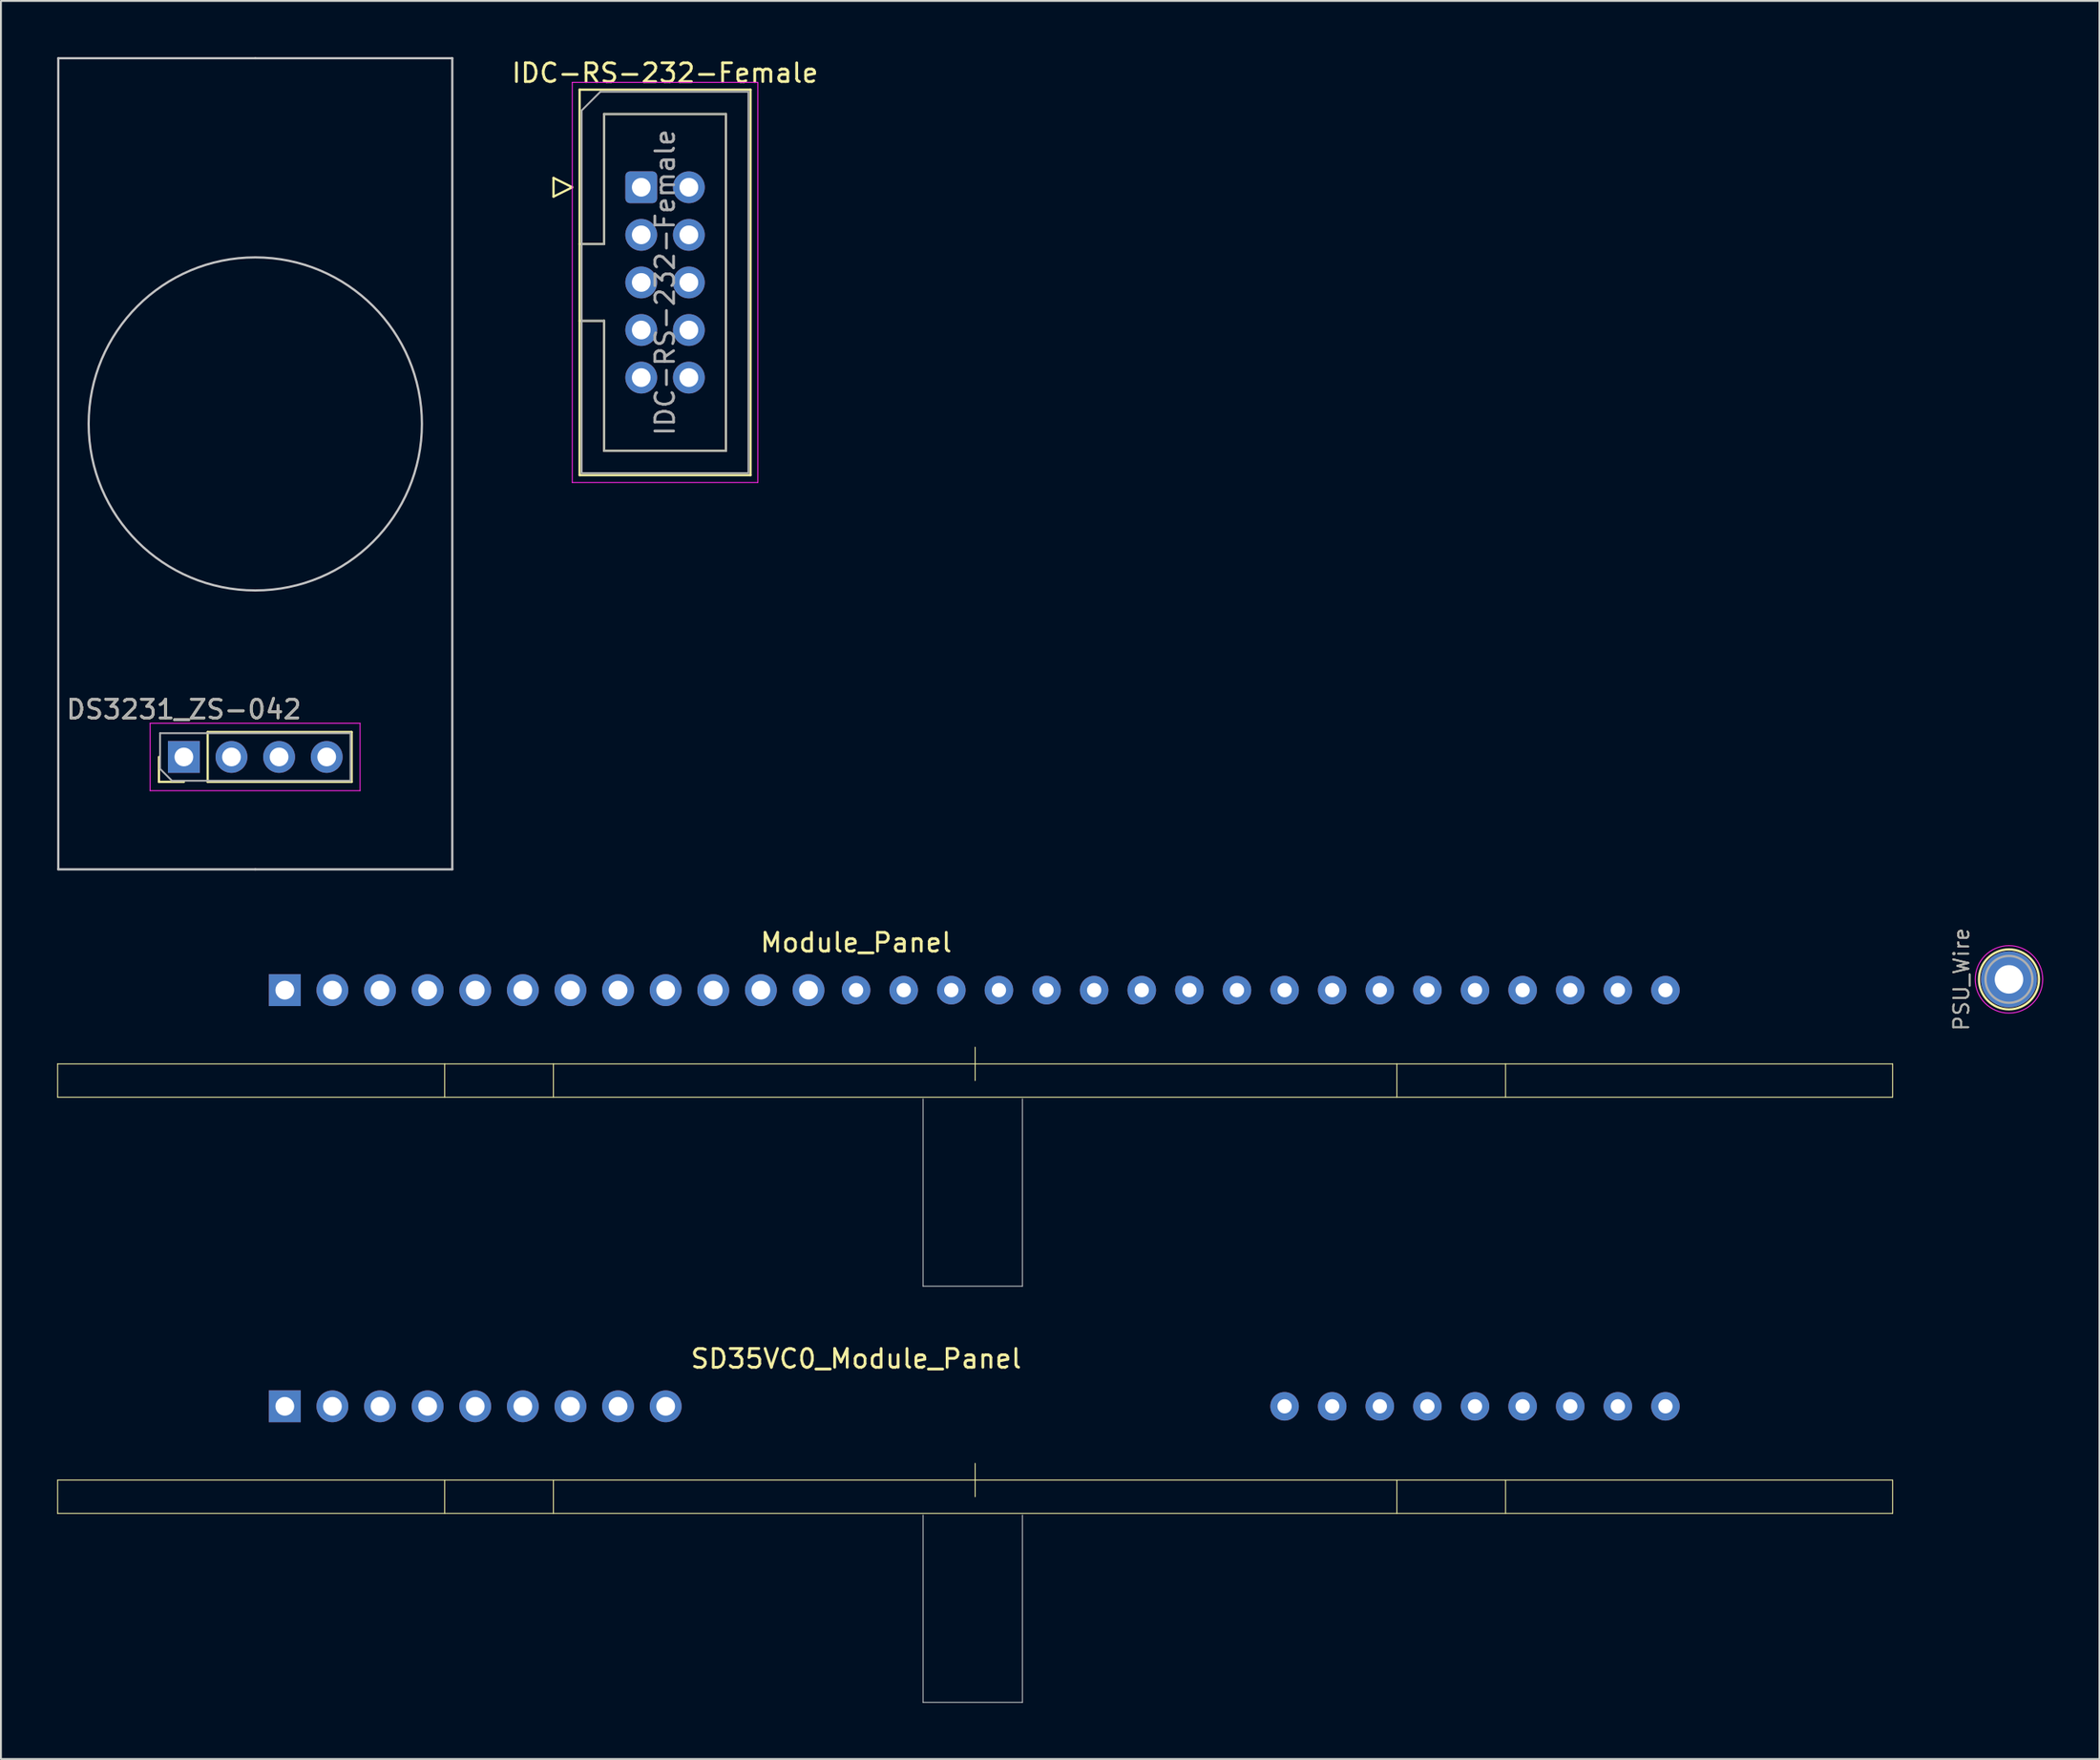
<source format=kicad_pcb>
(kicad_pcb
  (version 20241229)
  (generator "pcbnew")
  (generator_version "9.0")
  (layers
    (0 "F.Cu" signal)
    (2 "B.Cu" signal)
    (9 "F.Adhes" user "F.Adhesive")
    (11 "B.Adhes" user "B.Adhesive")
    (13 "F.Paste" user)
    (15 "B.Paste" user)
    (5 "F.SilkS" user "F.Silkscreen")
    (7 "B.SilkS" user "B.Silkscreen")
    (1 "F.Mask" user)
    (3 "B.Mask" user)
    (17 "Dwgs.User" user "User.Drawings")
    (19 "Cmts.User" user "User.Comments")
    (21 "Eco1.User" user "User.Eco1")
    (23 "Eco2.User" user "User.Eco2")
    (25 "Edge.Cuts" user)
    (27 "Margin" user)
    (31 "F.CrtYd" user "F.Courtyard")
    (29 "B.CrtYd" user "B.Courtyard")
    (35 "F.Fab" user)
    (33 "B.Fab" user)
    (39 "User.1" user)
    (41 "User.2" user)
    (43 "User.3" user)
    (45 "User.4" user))
  (footprint "SD35VC0_Module_Panel"
    (layer "F.Cu")
    (at 48.975 72.025)
    (property "Reference" "SD35VC0_Module_Panel" (at -6.35 -2.54 0) (layer "F.SilkS") (effects (font (size 1 1) (thickness 0.15))))
    (attr through_hole)
    (fp_line (start -48.95 3.937) (end -48.95 5.715) (stroke (width 0.05) (type solid)) (layer "F.SilkS"))
    (fp_line (start -48.95 3.937) (end 48.95 3.937) (stroke (width 0.05) (type solid)) (layer "F.SilkS"))
    (fp_line (start -48.95 5.715) (end 48.95 5.715) (stroke (width 0.05) (type solid)) (layer "F.SilkS"))
    (fp_line (start -28.3 3.937) (end -28.3 5.715) (stroke (width 0.05) (type solid)) (layer "F.SilkS"))
    (fp_line (start -22.5 3.937) (end -22.5 5.715) (stroke (width 0.05) (type solid)) (layer "F.SilkS"))
    (fp_line (start 0 3.048) (end 0 4.826) (stroke (width 0.05) (type solid)) (layer "F.SilkS"))
    (fp_line (start 22.5 5.715) (end 22.5 3.937) (stroke (width 0.05) (type solid)) (layer "F.SilkS"))
    (fp_line (start 28.3 5.715) (end 28.3 3.937) (stroke (width 0.05) (type solid)) (layer "F.SilkS"))
    (fp_line (start 48.95 3.937) (end 48.95 5.715) (stroke (width 0.05) (type solid)) (layer "F.SilkS"))
    (fp_line (start -2.777 15.804) (end -2.777 5.804) (stroke (width 0.05) (type solid)) (layer "Dwgs.User"))
    (fp_line (start -2.777 15.804) (end 2.523 15.804) (stroke (width 0.05) (type solid)) (layer "Dwgs.User"))
    (fp_line (start 2.523 15.804) (end 2.523 5.804) (stroke (width 0.05) (type solid)) (layer "Dwgs.User"))
    (pad "1" thru_hole rect (at -36.83 0) (size 1.7 1.7) (drill 1) (layers "*.Cu" "*.Mask"))
    (pad "2" thru_hole oval (at -34.29 0) (size 1.7 1.7) (drill 1) (layers "*.Cu" "*.Mask"))
    (pad "3" thru_hole oval (at -31.75 0) (size 1.7 1.7) (drill 1) (layers "*.Cu" "*.Mask"))
    (pad "4" thru_hole oval (at -29.21 0) (size 1.7 1.7) (drill 1) (layers "*.Cu" "*.Mask"))
    (pad "5" thru_hole oval (at -26.67 0) (size 1.7 1.7) (drill 1) (layers "*.Cu" "*.Mask"))
    (pad "6" thru_hole oval (at -24.13 0) (size 1.7 1.7) (drill 1) (layers "*.Cu" "*.Mask"))
    (pad "7" thru_hole oval (at -21.59 0) (size 1.7 1.7) (drill 1) (layers "*.Cu" "*.Mask"))
    (pad "8" thru_hole oval (at -19.05 0) (size 1.7 1.7) (drill 1) (layers "*.Cu" "*.Mask"))
    (pad "9" thru_hole oval (at -16.51 0) (size 1.7 1.7) (drill 1) (layers "*.Cu" "*.Mask"))
    (pad "22" thru_hole circle (at 16.51 0) (size 1.524 1.524) (drill 0.762) (layers "*.Cu" "*.Mask"))
    (pad "23" thru_hole circle (at 19.05 0) (size 1.524 1.524) (drill 0.762) (layers "*.Cu" "*.Mask"))
    (pad "24" thru_hole circle (at 21.59 0) (size 1.524 1.524) (drill 0.762) (layers "*.Cu" "*.Mask"))
    (pad "25" thru_hole circle (at 24.13 0) (size 1.524 1.524) (drill 0.762) (layers "*.Cu" "*.Mask"))
    (pad "26" thru_hole circle (at 26.67 0) (size 1.524 1.524) (drill 0.762) (layers "*.Cu" "*.Mask"))
    (pad "27" thru_hole circle (at 29.21 0) (size 1.524 1.524) (drill 0.762) (layers "*.Cu" "*.Mask"))
    (pad "28" thru_hole circle (at 31.75 0) (size 1.524 1.524) (drill 0.762) (layers "*.Cu" "*.Mask"))
    (pad "29" thru_hole circle (at 34.29 0) (size 1.524 1.524) (drill 0.762) (layers "*.Cu" "*.Mask"))
    (pad "30" thru_hole circle (at 36.83 0) (size 1.524 1.524) (drill 0.762) (layers "*.Cu" "*.Mask")))
  (footprint "DS3231_ZS-042"
    (layer "F.Cu")
    (at 6.76 37.36)
    (property "Reference" "DS3231_ZS-042" (at 0 -2.54 180) (layer "F.SilkS") (effects (font (size 1 1) (thickness 0.15))))
    (attr through_hole)
    (fp_line (start -1.33 1.33) (end -1.33 0) (stroke (width 0.12) (type solid)) (layer "F.SilkS"))
    (fp_line (start 0 1.33) (end -1.33 1.33) (stroke (width 0.12) (type solid)) (layer "F.SilkS"))
    (fp_line (start 1.27 -1.33) (end 8.95 -1.33) (stroke (width 0.12) (type solid)) (layer "F.SilkS"))
    (fp_line (start 1.27 1.33) (end 1.27 -1.33) (stroke (width 0.12) (type solid)) (layer "F.SilkS"))
    (fp_line (start 1.27 1.33) (end 8.95 1.33) (stroke (width 0.12) (type solid)) (layer "F.SilkS"))
    (fp_line (start 8.95 1.33) (end 8.95 -1.33) (stroke (width 0.12) (type solid)) (layer "F.SilkS"))
    (fp_line (start -6.7 -37.3) (end 3.81 -37.3) (stroke (width 0.12) (type solid)) (layer "Dwgs.User"))
    (fp_line (start -6.7 6) (end -6.7 -37.3) (stroke (width 0.12) (type solid)) (layer "Dwgs.User"))
    (fp_line (start -6.7 6) (end 3.81 6) (stroke (width 0.12) (type solid)) (layer "Dwgs.User"))
    (fp_line (start 14.32 -37.3) (end 3.81 -37.3) (stroke (width 0.12) (type solid)) (layer "Dwgs.User"))
    (fp_line (start 14.32 6) (end 3.81 6) (stroke (width 0.12) (type solid)) (layer "Dwgs.User"))
    (fp_line (start 14.32 6) (end 14.32 -37.3) (stroke (width 0.12) (type solid)) (layer "Dwgs.User"))
    (fp_circle (center 3.81 -17.78) (end 3.81 -26.67) (stroke (width 0.12) (type solid)) (fill no) (layer "Dwgs.User"))
    (fp_line (start -1.8 -1.8) (end -1.8 1.8) (stroke (width 0.05) (type solid)) (layer "F.CrtYd"))
    (fp_line (start -1.8 1.8) (end 9.4 1.8) (stroke (width 0.05) (type solid)) (layer "F.CrtYd"))
    (fp_line (start 9.4 -1.8) (end -1.8 -1.8) (stroke (width 0.05) (type solid)) (layer "F.CrtYd"))
    (fp_line (start 9.4 1.8) (end 9.4 -1.8) (stroke (width 0.05) (type solid)) (layer "F.CrtYd"))
    (fp_line (start -1.27 -1.27) (end 8.89 -1.27) (stroke (width 0.1) (type solid)) (layer "F.Fab"))
    (fp_line (start -1.27 0.635) (end -1.27 -1.27) (stroke (width 0.1) (type solid)) (layer "F.Fab"))
    (fp_line (start -0.635 1.27) (end -1.27 0.635) (stroke (width 0.1) (type solid)) (layer "F.Fab"))
    (fp_line (start 8.89 -1.27) (end 8.89 1.27) (stroke (width 0.1) (type solid)) (layer "F.Fab"))
    (fp_line (start 8.89 1.27) (end -0.635 1.27) (stroke (width 0.1) (type solid)) (layer "F.Fab"))
    (fp_text user "${REFERENCE}" (at 0 -2.54 0) (layer "F.Fab") (effects (font (size 1 1) (thickness 0.15))))
    (pad "1" thru_hole rect (at 0 0 90) (size 1.7 1.7) (drill 1) (layers "*.Cu" "*.Mask"))
    (pad "2" thru_hole oval (at 2.54 0 90) (size 1.7 1.7) (drill 1) (layers "*.Cu" "*.Mask"))
    (pad "3" thru_hole oval (at 5.08 0 90) (size 1.7 1.7) (drill 1) (layers "*.Cu" "*.Mask"))
    (pad "4" thru_hole oval (at 7.62 0 90) (size 1.7 1.7) (drill 1) (layers "*.Cu" "*.Mask")))
  (footprint "PSU_Wire"
    (layer "F.Cu")
    (at 104.133 49.233)
    (property "Reference" "PSU_Wire" (at -2.54 0 90) (layer "F.SilkS") (effects (font (size 0.8 0.8) (thickness 0.1))))
    (attr through_hole)
    (fp_circle (center 0 0) (end 1.6 0.05) (stroke (width 0.12) (type solid)) (fill no) (layer "F.SilkS"))
    (fp_circle (center 0 0) (end 1.8 0) (stroke (width 0.05) (type solid)) (fill no) (layer "F.CrtYd"))
    (fp_circle (center 0 0) (end 0.65 -0.05) (stroke (width 0.12) (type solid)) (fill no) (layer "F.Fab"))
    (fp_circle (center 0 0) (end 1.25 -0.05) (stroke (width 0.12) (type solid)) (fill no) (layer "F.Fab"))
    (fp_text user "${REFERENCE}" (at -2.54 0 90) (layer "F.Fab") (effects (font (size 0.8 0.8) (thickness 0.1))))
    (pad "1" thru_hole circle (at 0 0) (size 3 3) (drill 1.52) (layers "*.Cu" "*.Mask")))
  (footprint "Module_Panel"
    (layer "F.Cu")
    (at 48.975 49.808)
    (property "Reference" "Module_Panel" (at -6.35 -2.54 0) (layer "F.SilkS") (effects (font (size 1 1) (thickness 0.15))))
    (attr through_hole)
    (fp_line (start -48.95 3.937) (end -48.95 5.715) (stroke (width 0.05) (type solid)) (layer "F.SilkS"))
    (fp_line (start -48.95 3.937) (end 48.95 3.937) (stroke (width 0.05) (type solid)) (layer "F.SilkS"))
    (fp_line (start -48.95 5.715) (end 48.95 5.715) (stroke (width 0.05) (type solid)) (layer "F.SilkS"))
    (fp_line (start -28.3 3.937) (end -28.3 5.715) (stroke (width 0.05) (type solid)) (layer "F.SilkS"))
    (fp_line (start -22.5 3.937) (end -22.5 5.715) (stroke (width 0.05) (type solid)) (layer "F.SilkS"))
    (fp_line (start 0 3.048) (end 0 4.826) (stroke (width 0.05) (type solid)) (layer "F.SilkS"))
    (fp_line (start 22.5 5.715) (end 22.5 3.937) (stroke (width 0.05) (type solid)) (layer "F.SilkS"))
    (fp_line (start 28.3 5.715) (end 28.3 3.937) (stroke (width 0.05) (type solid)) (layer "F.SilkS"))
    (fp_line (start 48.95 3.937) (end 48.95 5.715) (stroke (width 0.05) (type solid)) (layer "F.SilkS"))
    (fp_line (start -2.777 15.804) (end -2.777 5.804) (stroke (width 0.05) (type solid)) (layer "Dwgs.User"))
    (fp_line (start -2.777 15.804) (end 2.523 15.804) (stroke (width 0.05) (type solid)) (layer "Dwgs.User"))
    (fp_line (start 2.523 15.804) (end 2.523 5.804) (stroke (width 0.05) (type solid)) (layer "Dwgs.User"))
    (pad "1" thru_hole rect (at -36.83 0) (size 1.7 1.7) (drill 1) (layers "*.Cu" "*.Mask"))
    (pad "2" thru_hole oval (at -34.29 0) (size 1.7 1.7) (drill 1) (layers "*.Cu" "*.Mask"))
    (pad "3" thru_hole oval (at -31.75 0) (size 1.7 1.7) (drill 1) (layers "*.Cu" "*.Mask"))
    (pad "4" thru_hole oval (at -29.21 0) (size 1.7 1.7) (drill 1) (layers "*.Cu" "*.Mask"))
    (pad "5" thru_hole oval (at -26.67 0) (size 1.7 1.7) (drill 1) (layers "*.Cu" "*.Mask"))
    (pad "6" thru_hole oval (at -24.13 0) (size 1.7 1.7) (drill 1) (layers "*.Cu" "*.Mask"))
    (pad "7" thru_hole oval (at -21.59 0) (size 1.7 1.7) (drill 1) (layers "*.Cu" "*.Mask"))
    (pad "8" thru_hole oval (at -19.05 0) (size 1.7 1.7) (drill 1) (layers "*.Cu" "*.Mask"))
    (pad "9" thru_hole oval (at -16.51 0) (size 1.7 1.7) (drill 1) (layers "*.Cu" "*.Mask"))
    (pad "10" thru_hole oval (at -13.97 0) (size 1.7 1.7) (drill 1) (layers "*.Cu" "*.Mask"))
    (pad "11" thru_hole oval (at -11.43 0) (size 1.7 1.7) (drill 1) (layers "*.Cu" "*.Mask"))
    (pad "12" thru_hole oval (at -8.89 0) (size 1.7 1.7) (drill 1) (layers "*.Cu" "*.Mask"))
    (pad "13" thru_hole circle (at -6.35 0) (size 1.524 1.524) (drill 0.762) (layers "*.Cu" "*.Mask"))
    (pad "14" thru_hole circle (at -3.81 0) (size 1.524 1.524) (drill 0.762) (layers "*.Cu" "*.Mask"))
    (pad "15" thru_hole circle (at -1.27 0) (size 1.524 1.524) (drill 0.762) (layers "*.Cu" "*.Mask"))
    (pad "16" thru_hole circle (at 1.27 0) (size 1.524 1.524) (drill 0.762) (layers "*.Cu" "*.Mask"))
    (pad "17" thru_hole circle (at 3.81 0) (size 1.524 1.524) (drill 0.762) (layers "*.Cu" "*.Mask"))
    (pad "18" thru_hole circle (at 6.35 0) (size 1.524 1.524) (drill 0.762) (layers "*.Cu" "*.Mask"))
    (pad "19" thru_hole circle (at 8.89 0) (size 1.524 1.524) (drill 0.762) (layers "*.Cu" "*.Mask"))
    (pad "20" thru_hole circle (at 11.43 0) (size 1.524 1.524) (drill 0.762) (layers "*.Cu" "*.Mask"))
    (pad "21" thru_hole circle (at 13.97 0) (size 1.524 1.524) (drill 0.762) (layers "*.Cu" "*.Mask"))
    (pad "22" thru_hole circle (at 16.51 0) (size 1.524 1.524) (drill 0.762) (layers "*.Cu" "*.Mask"))
    (pad "23" thru_hole circle (at 19.05 0) (size 1.524 1.524) (drill 0.762) (layers "*.Cu" "*.Mask"))
    (pad "24" thru_hole circle (at 21.59 0) (size 1.524 1.524) (drill 0.762) (layers "*.Cu" "*.Mask"))
    (pad "25" thru_hole circle (at 24.13 0) (size 1.524 1.524) (drill 0.762) (layers "*.Cu" "*.Mask"))
    (pad "26" thru_hole circle (at 26.67 0) (size 1.524 1.524) (drill 0.762) (layers "*.Cu" "*.Mask"))
    (pad "27" thru_hole circle (at 29.21 0) (size 1.524 1.524) (drill 0.762) (layers "*.Cu" "*.Mask"))
    (pad "28" thru_hole circle (at 31.75 0) (size 1.524 1.524) (drill 0.762) (layers "*.Cu" "*.Mask"))
    (pad "29" thru_hole circle (at 34.29 0) (size 1.524 1.524) (drill 0.762) (layers "*.Cu" "*.Mask"))
    (pad "30" thru_hole circle (at 36.83 0) (size 1.524 1.524) (drill 0.762) (layers "*.Cu" "*.Mask")))
  (footprint "IDC-RS-232-Female"
    (layer "F.Cu")
    (at 31.162 6.948)
    (property "Reference" "IDC-RS-232-Female" (at 1.27 -6.1 0) (layer "F.SilkS") (effects (font (size 1 1) (thickness 0.15))))
    (attr through_hole)
    (fp_line (start -4.68 -0.5) (end -4.68 0.5) (stroke (width 0.12) (type solid)) (layer "F.SilkS"))
    (fp_line (start -4.68 0.5) (end -3.68 0) (stroke (width 0.12) (type solid)) (layer "F.SilkS"))
    (fp_line (start -3.68 0) (end -4.68 -0.5) (stroke (width 0.12) (type solid)) (layer "F.SilkS"))
    (fp_line (start -3.29 -5.21) (end 5.83 -5.21) (stroke (width 0.12) (type solid)) (layer "F.SilkS"))
    (fp_line (start -3.29 3.03) (end -1.98 3.03) (stroke (width 0.12) (type solid)) (layer "F.SilkS"))
    (fp_line (start -3.29 15.37) (end -3.29 -5.21) (stroke (width 0.12) (type solid)) (layer "F.SilkS"))
    (fp_line (start -1.98 -3.91) (end 4.52 -3.91) (stroke (width 0.12) (type solid)) (layer "F.SilkS"))
    (fp_line (start -1.98 3.03) (end -1.98 -3.91) (stroke (width 0.12) (type solid)) (layer "F.SilkS"))
    (fp_line (start -1.98 7.13) (end -3.29 7.13) (stroke (width 0.12) (type solid)) (layer "F.SilkS"))
    (fp_line (start -1.98 7.13) (end -1.98 7.13) (stroke (width 0.12) (type solid)) (layer "F.SilkS"))
    (fp_line (start -1.98 14.07) (end -1.98 7.13) (stroke (width 0.12) (type solid)) (layer "F.SilkS"))
    (fp_line (start 4.52 -3.91) (end 4.52 14.07) (stroke (width 0.12) (type solid)) (layer "F.SilkS"))
    (fp_line (start 4.52 14.07) (end -1.98 14.07) (stroke (width 0.12) (type solid)) (layer "F.SilkS"))
    (fp_line (start 5.83 -5.21) (end 5.83 15.37) (stroke (width 0.12) (type solid)) (layer "F.SilkS"))
    (fp_line (start 5.83 15.37) (end -3.29 15.37) (stroke (width 0.12) (type solid)) (layer "F.SilkS"))
    (fp_line (start -3.68 -5.6) (end -3.68 15.76) (stroke (width 0.05) (type solid)) (layer "F.CrtYd"))
    (fp_line (start -3.68 15.76) (end 6.22 15.76) (stroke (width 0.05) (type solid)) (layer "F.CrtYd"))
    (fp_line (start 6.22 -5.6) (end -3.68 -5.6) (stroke (width 0.05) (type solid)) (layer "F.CrtYd"))
    (fp_line (start 6.22 15.76) (end 6.22 -5.6) (stroke (width 0.05) (type solid)) (layer "F.CrtYd"))
    (fp_line (start -3.18 -4.1) (end -2.18 -5.1) (stroke (width 0.1) (type solid)) (layer "F.Fab"))
    (fp_line (start -3.18 3.03) (end -1.98 3.03) (stroke (width 0.1) (type solid)) (layer "F.Fab"))
    (fp_line (start -3.18 15.26) (end -3.18 -4.1) (stroke (width 0.1) (type solid)) (layer "F.Fab"))
    (fp_line (start -2.18 -5.1) (end 5.72 -5.1) (stroke (width 0.1) (type solid)) (layer "F.Fab"))
    (fp_line (start -1.98 -3.91) (end 4.52 -3.91) (stroke (width 0.1) (type solid)) (layer "F.Fab"))
    (fp_line (start -1.98 3.03) (end -1.98 -3.91) (stroke (width 0.1) (type solid)) (layer "F.Fab"))
    (fp_line (start -1.98 7.13) (end -3.18 7.13) (stroke (width 0.1) (type solid)) (layer "F.Fab"))
    (fp_line (start -1.98 7.13) (end -1.98 7.13) (stroke (width 0.1) (type solid)) (layer "F.Fab"))
    (fp_line (start -1.98 14.07) (end -1.98 7.13) (stroke (width 0.1) (type solid)) (layer "F.Fab"))
    (fp_line (start 4.52 -3.91) (end 4.52 14.07) (stroke (width 0.1) (type solid)) (layer "F.Fab"))
    (fp_line (start 4.52 14.07) (end -1.98 14.07) (stroke (width 0.1) (type solid)) (layer "F.Fab"))
    (fp_line (start 5.72 -5.1) (end 5.72 15.26) (stroke (width 0.1) (type solid)) (layer "F.Fab"))
    (fp_line (start 5.72 15.26) (end -3.18 15.26) (stroke (width 0.1) (type solid)) (layer "F.Fab"))
    (fp_text user "${REFERENCE}" (at 1.27 5.08 90) (layer "F.Fab") (effects (font (size 1 1) (thickness 0.15))))
    (pad "1" thru_hole roundrect (at 0 0) (size 1.7 1.7) (drill 1) (layers "*.Cu" "*.Mask") (roundrect_rratio 0.147))
    (pad "2" thru_hole circle (at 0 2.54) (size 1.7 1.7) (drill 1) (layers "*.Cu" "*.Mask"))
    (pad "3" thru_hole circle (at 0 5.08) (size 1.7 1.7) (drill 1) (layers "*.Cu" "*.Mask"))
    (pad "4" thru_hole circle (at 0 7.62) (size 1.7 1.7) (drill 1) (layers "*.Cu" "*.Mask"))
    (pad "5" thru_hole circle (at 0 10.16) (size 1.7 1.7) (drill 1) (layers "*.Cu" "*.Mask"))
    (pad "6" thru_hole circle (at 2.54 0) (size 1.7 1.7) (drill 1) (layers "*.Cu" "*.Mask"))
    (pad "7" thru_hole circle (at 2.54 2.54) (size 1.7 1.7) (drill 1) (layers "*.Cu" "*.Mask"))
    (pad "8" thru_hole circle (at 2.54 5.08) (size 1.7 1.7) (drill 1) (layers "*.Cu" "*.Mask"))
    (pad "9" thru_hole circle (at 2.54 7.62) (size 1.7 1.7) (drill 1) (layers "*.Cu" "*.Mask"))
    (pad "10" thru_hole circle (at 2.54 10.16) (size 1.7 1.7) (drill 1) (layers "*.Cu" "*.Mask")))
  (gr_rect
    (start -3 -3)
    (end 108.959 90.855)
    (stroke (width 0.1) (type default))
    (fill no)
    (layer "Edge.Cuts")))
</source>
